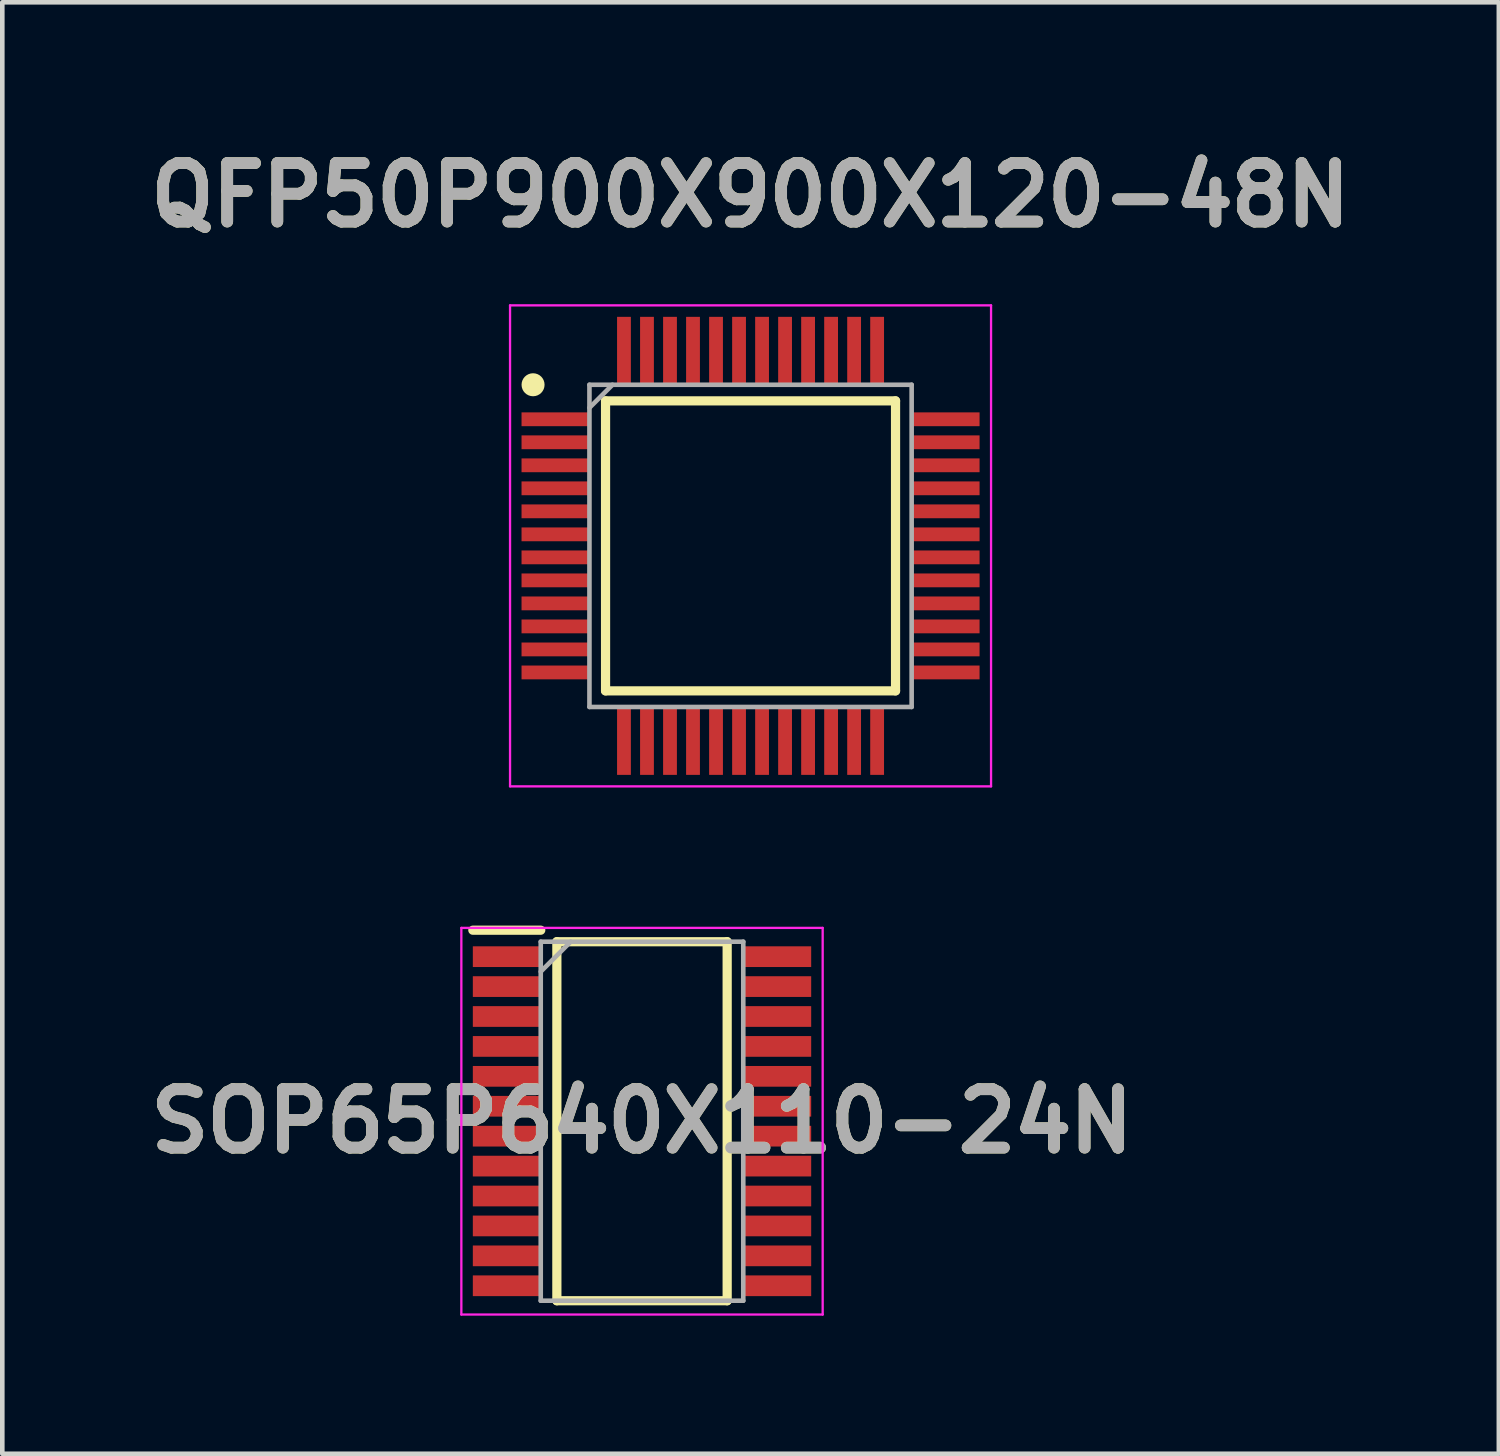
<source format=kicad_pcb>
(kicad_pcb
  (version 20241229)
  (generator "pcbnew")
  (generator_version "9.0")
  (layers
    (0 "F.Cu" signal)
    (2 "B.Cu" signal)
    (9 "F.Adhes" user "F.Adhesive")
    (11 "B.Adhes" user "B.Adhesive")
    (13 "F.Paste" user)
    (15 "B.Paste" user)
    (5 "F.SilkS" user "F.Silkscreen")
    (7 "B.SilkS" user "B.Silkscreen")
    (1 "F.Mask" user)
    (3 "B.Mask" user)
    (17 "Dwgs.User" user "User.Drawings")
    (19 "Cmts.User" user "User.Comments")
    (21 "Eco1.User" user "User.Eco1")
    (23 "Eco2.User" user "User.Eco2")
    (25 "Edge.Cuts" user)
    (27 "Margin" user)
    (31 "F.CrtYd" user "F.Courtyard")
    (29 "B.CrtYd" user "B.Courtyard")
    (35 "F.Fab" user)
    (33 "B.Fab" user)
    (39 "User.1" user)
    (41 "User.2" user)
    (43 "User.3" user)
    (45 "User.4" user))
  (footprint "QFP50P900X900X120-48N"
    (layer "F.Cu")
    (at 13.256 8.809)
    (property "Reference" "QFP50P900X900X120-48N" (at 0 -7.62 0) (layer "F.SilkS") (effects (font (size 1.27 1.27) (thickness 0.254))))
    (attr smd)
    (fp_line (start -3.15 -3.15) (end 3.15 -3.15) (stroke (width 0.2) (type solid)) (layer "F.SilkS"))
    (fp_line (start -3.15 3.15) (end -3.15 -3.15) (stroke (width 0.2) (type solid)) (layer "F.SilkS"))
    (fp_line (start 3.15 -3.15) (end 3.15 3.15) (stroke (width 0.2) (type solid)) (layer "F.SilkS"))
    (fp_line (start 3.15 3.15) (end -3.15 3.15) (stroke (width 0.2) (type solid)) (layer "F.SilkS"))
    (fp_circle (center -4.725 -3.5) (end -4.725 -3.375) (stroke (width 0.25) (type solid)) (fill no) (layer "F.SilkS"))
    (fp_line (start -5.225 -5.225) (end 5.225 -5.225) (stroke (width 0.05) (type solid)) (layer "F.CrtYd"))
    (fp_line (start -5.225 5.225) (end -5.225 -5.225) (stroke (width 0.05) (type solid)) (layer "F.CrtYd"))
    (fp_line (start 5.225 -5.225) (end 5.225 5.225) (stroke (width 0.05) (type solid)) (layer "F.CrtYd"))
    (fp_line (start 5.225 5.225) (end -5.225 5.225) (stroke (width 0.05) (type solid)) (layer "F.CrtYd"))
    (fp_line (start -3.5 -3.5) (end 3.5 -3.5) (stroke (width 0.1) (type solid)) (layer "F.Fab"))
    (fp_line (start -3.5 -3) (end -3 -3.5) (stroke (width 0.1) (type solid)) (layer "F.Fab"))
    (fp_line (start -3.5 3.5) (end -3.5 -3.5) (stroke (width 0.1) (type solid)) (layer "F.Fab"))
    (fp_line (start 3.5 -3.5) (end 3.5 3.5) (stroke (width 0.1) (type solid)) (layer "F.Fab"))
    (fp_line (start 3.5 3.5) (end -3.5 3.5) (stroke (width 0.1) (type solid)) (layer "F.Fab"))
    (fp_text user "${REFERENCE}" (at 0 -7.62 0) (layer "F.Fab") (effects (font (size 1.27 1.27) (thickness 0.254))))
    (pad "1" smd rect (at -4.238 -2.75 90) (size 0.3 1.475) (layers "F.Cu" "F.Mask" "F.Paste"))
    (pad "2" smd rect (at -4.238 -2.25 90) (size 0.3 1.475) (layers "F.Cu" "F.Mask" "F.Paste"))
    (pad "3" smd rect (at -4.238 -1.75 90) (size 0.3 1.475) (layers "F.Cu" "F.Mask" "F.Paste"))
    (pad "4" smd rect (at -4.238 -1.25 90) (size 0.3 1.475) (layers "F.Cu" "F.Mask" "F.Paste"))
    (pad "5" smd rect (at -4.238 -0.75 90) (size 0.3 1.475) (layers "F.Cu" "F.Mask" "F.Paste"))
    (pad "6" smd rect (at -4.238 -0.25 90) (size 0.3 1.475) (layers "F.Cu" "F.Mask" "F.Paste"))
    (pad "7" smd rect (at -4.238 0.25 90) (size 0.3 1.475) (layers "F.Cu" "F.Mask" "F.Paste"))
    (pad "8" smd rect (at -4.238 0.75 90) (size 0.3 1.475) (layers "F.Cu" "F.Mask" "F.Paste"))
    (pad "9" smd rect (at -4.238 1.25 90) (size 0.3 1.475) (layers "F.Cu" "F.Mask" "F.Paste"))
    (pad "10" smd rect (at -4.238 1.75 90) (size 0.3 1.475) (layers "F.Cu" "F.Mask" "F.Paste"))
    (pad "11" smd rect (at -4.238 2.25 90) (size 0.3 1.475) (layers "F.Cu" "F.Mask" "F.Paste"))
    (pad "12" smd rect (at -4.238 2.75 90) (size 0.3 1.475) (layers "F.Cu" "F.Mask" "F.Paste"))
    (pad "13" smd rect (at -2.75 4.238) (size 0.3 1.475) (layers "F.Cu" "F.Mask" "F.Paste"))
    (pad "14" smd rect (at -2.25 4.238) (size 0.3 1.475) (layers "F.Cu" "F.Mask" "F.Paste"))
    (pad "15" smd rect (at -1.75 4.238) (size 0.3 1.475) (layers "F.Cu" "F.Mask" "F.Paste"))
    (pad "16" smd rect (at -1.25 4.238) (size 0.3 1.475) (layers "F.Cu" "F.Mask" "F.Paste"))
    (pad "17" smd rect (at -0.75 4.238) (size 0.3 1.475) (layers "F.Cu" "F.Mask" "F.Paste"))
    (pad "18" smd rect (at -0.25 4.238) (size 0.3 1.475) (layers "F.Cu" "F.Mask" "F.Paste"))
    (pad "19" smd rect (at 0.25 4.238) (size 0.3 1.475) (layers "F.Cu" "F.Mask" "F.Paste"))
    (pad "20" smd rect (at 0.75 4.238) (size 0.3 1.475) (layers "F.Cu" "F.Mask" "F.Paste"))
    (pad "21" smd rect (at 1.25 4.238) (size 0.3 1.475) (layers "F.Cu" "F.Mask" "F.Paste"))
    (pad "22" smd rect (at 1.75 4.238) (size 0.3 1.475) (layers "F.Cu" "F.Mask" "F.Paste"))
    (pad "23" smd rect (at 2.25 4.238) (size 0.3 1.475) (layers "F.Cu" "F.Mask" "F.Paste"))
    (pad "24" smd rect (at 2.75 4.238) (size 0.3 1.475) (layers "F.Cu" "F.Mask" "F.Paste"))
    (pad "25" smd rect (at 4.238 2.75 90) (size 0.3 1.475) (layers "F.Cu" "F.Mask" "F.Paste"))
    (pad "26" smd rect (at 4.238 2.25 90) (size 0.3 1.475) (layers "F.Cu" "F.Mask" "F.Paste"))
    (pad "27" smd rect (at 4.238 1.75 90) (size 0.3 1.475) (layers "F.Cu" "F.Mask" "F.Paste"))
    (pad "28" smd rect (at 4.238 1.25 90) (size 0.3 1.475) (layers "F.Cu" "F.Mask" "F.Paste"))
    (pad "29" smd rect (at 4.238 0.75 90) (size 0.3 1.475) (layers "F.Cu" "F.Mask" "F.Paste"))
    (pad "30" smd rect (at 4.238 0.25 90) (size 0.3 1.475) (layers "F.Cu" "F.Mask" "F.Paste"))
    (pad "31" smd rect (at 4.238 -0.25 90) (size 0.3 1.475) (layers "F.Cu" "F.Mask" "F.Paste"))
    (pad "32" smd rect (at 4.238 -0.75 90) (size 0.3 1.475) (layers "F.Cu" "F.Mask" "F.Paste"))
    (pad "33" smd rect (at 4.238 -1.25 90) (size 0.3 1.475) (layers "F.Cu" "F.Mask" "F.Paste"))
    (pad "34" smd rect (at 4.238 -1.75 90) (size 0.3 1.475) (layers "F.Cu" "F.Mask" "F.Paste"))
    (pad "35" smd rect (at 4.238 -2.25 90) (size 0.3 1.475) (layers "F.Cu" "F.Mask" "F.Paste"))
    (pad "36" smd rect (at 4.238 -2.75 90) (size 0.3 1.475) (layers "F.Cu" "F.Mask" "F.Paste"))
    (pad "37" smd rect (at 2.75 -4.238) (size 0.3 1.475) (layers "F.Cu" "F.Mask" "F.Paste"))
    (pad "38" smd rect (at 2.25 -4.238) (size 0.3 1.475) (layers "F.Cu" "F.Mask" "F.Paste"))
    (pad "39" smd rect (at 1.75 -4.238) (size 0.3 1.475) (layers "F.Cu" "F.Mask" "F.Paste"))
    (pad "40" smd rect (at 1.25 -4.238) (size 0.3 1.475) (layers "F.Cu" "F.Mask" "F.Paste"))
    (pad "41" smd rect (at 0.75 -4.238) (size 0.3 1.475) (layers "F.Cu" "F.Mask" "F.Paste"))
    (pad "42" smd rect (at 0.25 -4.238) (size 0.3 1.475) (layers "F.Cu" "F.Mask" "F.Paste"))
    (pad "43" smd rect (at -0.25 -4.238) (size 0.3 1.475) (layers "F.Cu" "F.Mask" "F.Paste"))
    (pad "44" smd rect (at -0.75 -4.238) (size 0.3 1.475) (layers "F.Cu" "F.Mask" "F.Paste"))
    (pad "45" smd rect (at -1.25 -4.238) (size 0.3 1.475) (layers "F.Cu" "F.Mask" "F.Paste"))
    (pad "46" smd rect (at -1.75 -4.238) (size 0.3 1.475) (layers "F.Cu" "F.Mask" "F.Paste"))
    (pad "47" smd rect (at -2.25 -4.238) (size 0.3 1.475) (layers "F.Cu" "F.Mask" "F.Paste"))
    (pad "48" smd rect (at -2.75 -4.238) (size 0.3 1.475) (layers "F.Cu" "F.Mask" "F.Paste")))
  (footprint "SOP65P640X110-24N"
    (layer "F.Cu")
    (at 10.898 21.309)
    (property "Reference" "SOP65P640X110-24N" (at 0 0 0) (layer "F.SilkS") (effects (font (size 1.27 1.27) (thickness 0.254))))
    (attr smd)
    (fp_line (start -3.675 -4.15) (end -2.2 -4.15) (stroke (width 0.2) (type solid)) (layer "F.SilkS"))
    (fp_line (start -1.85 -3.9) (end 1.85 -3.9) (stroke (width 0.2) (type solid)) (layer "F.SilkS"))
    (fp_line (start -1.85 3.9) (end -1.85 -3.9) (stroke (width 0.2) (type solid)) (layer "F.SilkS"))
    (fp_line (start 1.85 -3.9) (end 1.85 3.9) (stroke (width 0.2) (type solid)) (layer "F.SilkS"))
    (fp_line (start 1.85 3.9) (end -1.85 3.9) (stroke (width 0.2) (type solid)) (layer "F.SilkS"))
    (fp_line (start -3.925 -4.2) (end 3.925 -4.2) (stroke (width 0.05) (type solid)) (layer "F.CrtYd"))
    (fp_line (start -3.925 4.2) (end -3.925 -4.2) (stroke (width 0.05) (type solid)) (layer "F.CrtYd"))
    (fp_line (start 3.925 -4.2) (end 3.925 4.2) (stroke (width 0.05) (type solid)) (layer "F.CrtYd"))
    (fp_line (start 3.925 4.2) (end -3.925 4.2) (stroke (width 0.05) (type solid)) (layer "F.CrtYd"))
    (fp_line (start -2.2 -3.9) (end 2.2 -3.9) (stroke (width 0.1) (type solid)) (layer "F.Fab"))
    (fp_line (start -2.2 -3.25) (end -1.55 -3.9) (stroke (width 0.1) (type solid)) (layer "F.Fab"))
    (fp_line (start -2.2 3.9) (end -2.2 -3.9) (stroke (width 0.1) (type solid)) (layer "F.Fab"))
    (fp_line (start 2.2 -3.9) (end 2.2 3.9) (stroke (width 0.1) (type solid)) (layer "F.Fab"))
    (fp_line (start 2.2 3.9) (end -2.2 3.9) (stroke (width 0.1) (type solid)) (layer "F.Fab"))
    (fp_text user "${REFERENCE}" (at 0 0 0) (layer "F.Fab") (effects (font (size 1.27 1.27) (thickness 0.254))))
    (pad "1" smd rect (at -2.938 -3.575 90) (size 0.45 1.475) (layers "F.Cu" "F.Mask" "F.Paste"))
    (pad "2" smd rect (at -2.938 -2.925 90) (size 0.45 1.475) (layers "F.Cu" "F.Mask" "F.Paste"))
    (pad "3" smd rect (at -2.938 -2.275 90) (size 0.45 1.475) (layers "F.Cu" "F.Mask" "F.Paste"))
    (pad "4" smd rect (at -2.938 -1.625 90) (size 0.45 1.475) (layers "F.Cu" "F.Mask" "F.Paste"))
    (pad "5" smd rect (at -2.938 -0.975 90) (size 0.45 1.475) (layers "F.Cu" "F.Mask" "F.Paste"))
    (pad "6" smd rect (at -2.938 -0.325 90) (size 0.45 1.475) (layers "F.Cu" "F.Mask" "F.Paste"))
    (pad "7" smd rect (at -2.938 0.325 90) (size 0.45 1.475) (layers "F.Cu" "F.Mask" "F.Paste"))
    (pad "8" smd rect (at -2.938 0.975 90) (size 0.45 1.475) (layers "F.Cu" "F.Mask" "F.Paste"))
    (pad "9" smd rect (at -2.938 1.625 90) (size 0.45 1.475) (layers "F.Cu" "F.Mask" "F.Paste"))
    (pad "10" smd rect (at -2.938 2.275 90) (size 0.45 1.475) (layers "F.Cu" "F.Mask" "F.Paste"))
    (pad "11" smd rect (at -2.938 2.925 90) (size 0.45 1.475) (layers "F.Cu" "F.Mask" "F.Paste"))
    (pad "12" smd rect (at -2.938 3.575 90) (size 0.45 1.475) (layers "F.Cu" "F.Mask" "F.Paste"))
    (pad "13" smd rect (at 2.938 3.575 90) (size 0.45 1.475) (layers "F.Cu" "F.Mask" "F.Paste"))
    (pad "14" smd rect (at 2.938 2.925 90) (size 0.45 1.475) (layers "F.Cu" "F.Mask" "F.Paste"))
    (pad "15" smd rect (at 2.938 2.275 90) (size 0.45 1.475) (layers "F.Cu" "F.Mask" "F.Paste"))
    (pad "16" smd rect (at 2.938 1.625 90) (size 0.45 1.475) (layers "F.Cu" "F.Mask" "F.Paste"))
    (pad "17" smd rect (at 2.938 0.975 90) (size 0.45 1.475) (layers "F.Cu" "F.Mask" "F.Paste"))
    (pad "18" smd rect (at 2.938 0.325 90) (size 0.45 1.475) (layers "F.Cu" "F.Mask" "F.Paste"))
    (pad "19" smd rect (at 2.938 -0.325 90) (size 0.45 1.475) (layers "F.Cu" "F.Mask" "F.Paste"))
    (pad "20" smd rect (at 2.938 -0.975 90) (size 0.45 1.475) (layers "F.Cu" "F.Mask" "F.Paste"))
    (pad "21" smd rect (at 2.938 -1.625 90) (size 0.45 1.475) (layers "F.Cu" "F.Mask" "F.Paste"))
    (pad "22" smd rect (at 2.938 -2.275 90) (size 0.45 1.475) (layers "F.Cu" "F.Mask" "F.Paste"))
    (pad "23" smd rect (at 2.938 -2.925 90) (size 0.45 1.475) (layers "F.Cu" "F.Mask" "F.Paste"))
    (pad "24" smd rect (at 2.938 -3.575 90) (size 0.45 1.475) (layers "F.Cu" "F.Mask" "F.Paste")))
  (gr_rect
    (start -3 -3)
    (end 29.513 28.534)
    (stroke (width 0.1) (type default))
    (fill no)
    (layer "Edge.Cuts")))
</source>
